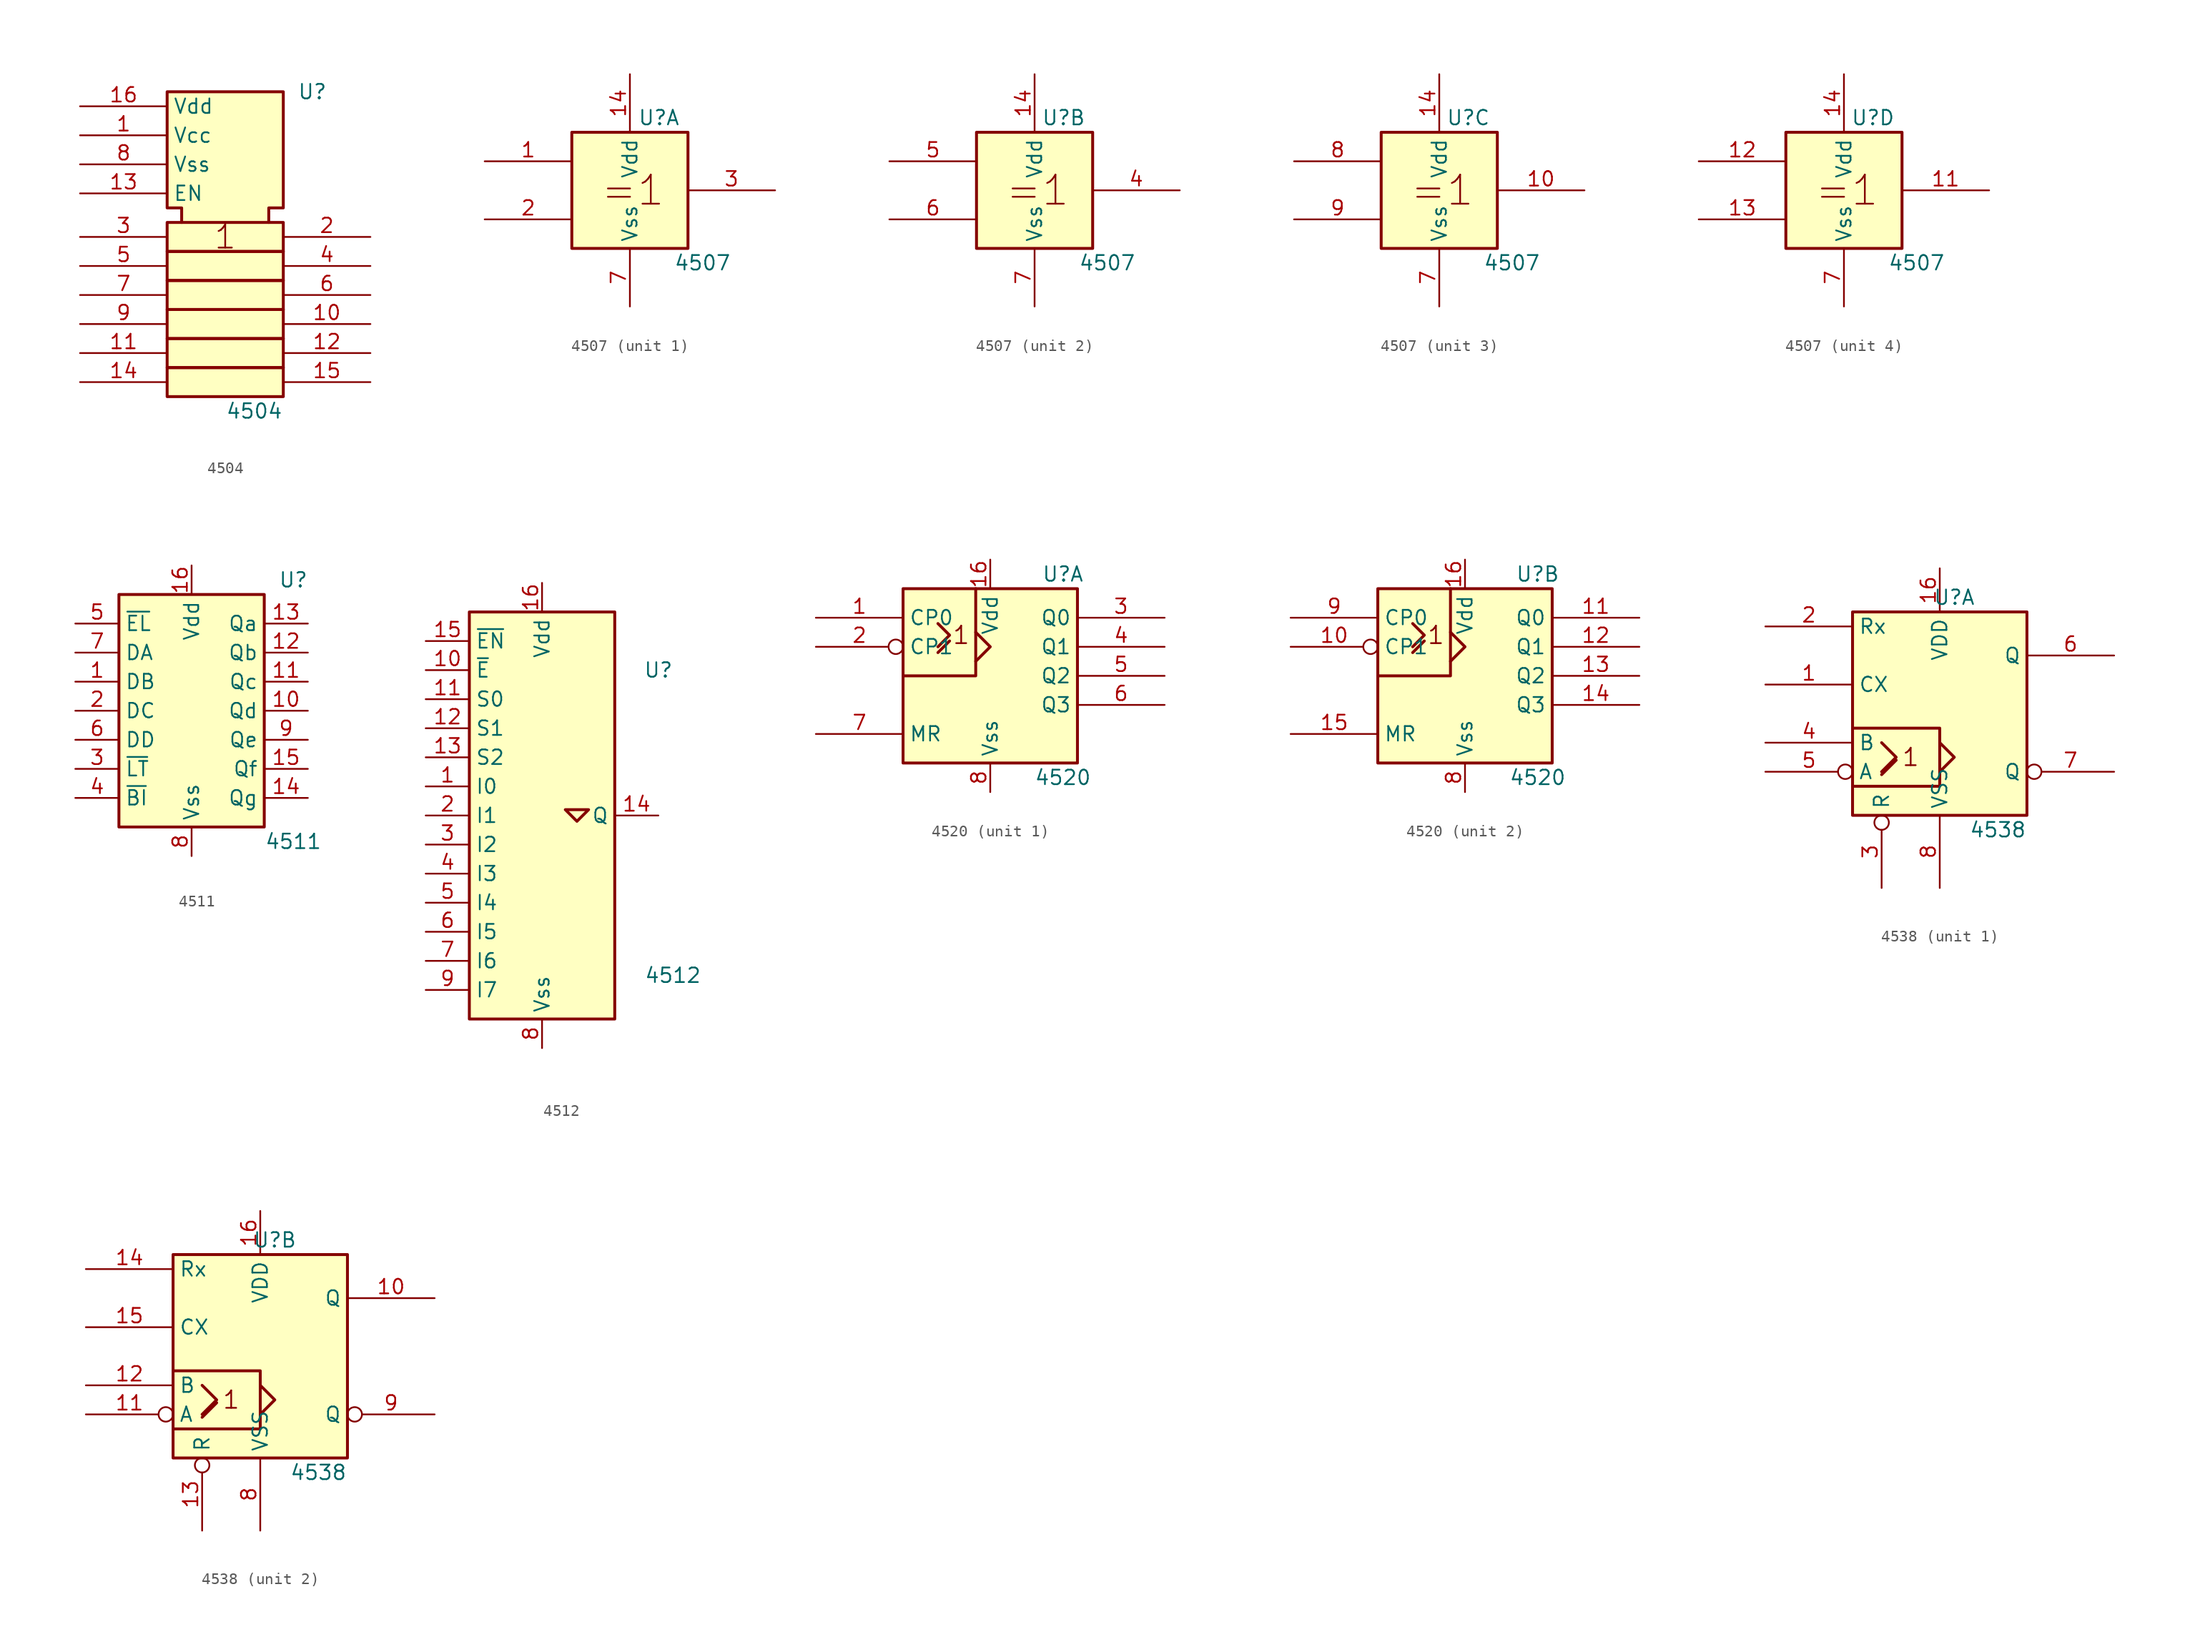
<source format=kicad_sym>
(kicad_symbol_lib
  (version 20220914)
  (generator kicad_symbol_editor)
  (symbol "4504"
    (property "Reference" "U"
      (at 7.62 12.7 0)
      (effects (font (size 1.27 1.27))))
    (property "Value" "4504"
      (at 2.54 -15.24 0)
      (effects (font (size 1.27 1.27))))
    (symbol "4504_0_0"
      (rectangle (start -5.08 -11.43) (end 5.08 -13.97) (stroke (width 0.254) (type default)) (fill (type background)))
      (rectangle (start -5.08 -8.89) (end 5.08 -11.43) (stroke (width 0.254) (type default)) (fill (type background)))
      (rectangle (start -5.08 -6.35) (end 5.08 -8.89) (stroke (width 0.254) (type default)) (fill (type background)))
      (rectangle (start -5.08 -3.81) (end 5.08 -6.35) (stroke (width 0.254) (type default)) (fill (type background)))
      (rectangle (start -5.08 -1.27) (end 5.08 -3.81) (stroke (width 0.254) (type default)) (fill (type background)))
      (rectangle (start -5.08 1.27) (end 5.08 -1.27) (stroke (width 0.254) (type default)) (fill (type background)))
      (polyline (pts (xy -3.81 1.27) (xy -3.81 2.54) (xy -5.08 2.54) (xy -5.08 12.7) (xy 5.08 12.7) (xy 5.08 2.54) (xy 3.81 2.54) (xy 3.81 1.27) (xy 3.81 1.27)) (stroke (width 0.254) (type default)) (fill (type background)))
      (text "1" (at 0 0 0) (effects (font (size 2.032 2.032)))))
    (symbol "4504_1_1"
      (pin power_in line (at -12.7 8.89 0) (length 7.62) (name "Vcc" (effects (font (size 1.27 1.27)))) (number "1" (effects (font (size 1.27 1.27)))))
      (pin output line (at 12.7 -7.62 180) (length 7.62) (name "~" (effects (font (size 1.27 1.27)))) (number "10" (effects (font (size 1.27 1.27)))))
      (pin input line (at -12.7 -10.16 0) (length 7.62) (name "~" (effects (font (size 1.27 1.27)))) (number "11" (effects (font (size 1.27 1.27)))))
      (pin output line (at 12.7 -10.16 180) (length 7.62) (name "~" (effects (font (size 1.27 1.27)))) (number "12" (effects (font (size 1.27 1.27)))))
      (pin input line (at -12.7 3.81 0) (length 7.62) (name "EN" (effects (font (size 1.27 1.27)))) (number "13" (effects (font (size 1.27 1.27)))))
      (pin input line (at -12.7 -12.7 0) (length 7.62) (name "~" (effects (font (size 1.27 1.27)))) (number "14" (effects (font (size 1.27 1.27)))))
      (pin output line (at 12.7 -12.7 180) (length 7.62) (name "~" (effects (font (size 1.27 1.27)))) (number "15" (effects (font (size 1.27 1.27)))))
      (pin power_in line (at -12.7 11.43 0) (length 7.62) (name "Vdd" (effects (font (size 1.27 1.27)))) (number "16" (effects (font (size 1.27 1.27)))))
      (pin output line (at 12.7 0 180) (length 7.62) (name "~" (effects (font (size 1.27 1.27)))) (number "2" (effects (font (size 1.27 1.27)))))
      (pin input line (at -12.7 0 0) (length 7.62) (name "~" (effects (font (size 1.27 1.27)))) (number "3" (effects (font (size 1.27 1.27)))))
      (pin output line (at 12.7 -2.54 180) (length 7.62) (name "~" (effects (font (size 1.27 1.27)))) (number "4" (effects (font (size 1.27 1.27)))))
      (pin input line (at -12.7 -2.54 0) (length 7.62) (name "~" (effects (font (size 1.27 1.27)))) (number "5" (effects (font (size 1.27 1.27)))))
      (pin output line (at 12.7 -5.08 180) (length 7.62) (name "~" (effects (font (size 1.27 1.27)))) (number "6" (effects (font (size 1.27 1.27)))))
      (pin input line (at -12.7 -5.08 0) (length 7.62) (name "~" (effects (font (size 1.27 1.27)))) (number "7" (effects (font (size 1.27 1.27)))))
      (pin power_in line (at -12.7 6.35 0) (length 7.62) (name "Vss" (effects (font (size 1.27 1.27)))) (number "8" (effects (font (size 1.27 1.27)))))
      (pin input line (at -12.7 -7.62 0) (length 7.62) (name "~" (effects (font (size 1.27 1.27)))) (number "9" (effects (font (size 1.27 1.27)))))))
  (symbol "4507"
    (property "Reference" "U"
      (at 2.54 6.35 0)
      (effects (font (size 1.27 1.27))))
    (property "Value" "4507"
      (at 6.35 -6.35 0)
      (effects (font (size 1.27 1.27))))
    (symbol "4507_0_0"
      (rectangle (start -5.08 5.08) (end 5.08 -5.08) (stroke (width 0.254) (type default)) (fill (type background)))
      (text "=1" (at 0.254 0 0) (effects (font (size 2.54 2.54))))
      (pin power_in line (at 0 10.16 270) (length 5.08) (name "Vdd" (effects (font (size 1.27 1.27)))) (number "14" (effects (font (size 1.27 1.27)))))
      (pin power_in line (at 0 -10.16 90) (length 5.08) (name "Vss" (effects (font (size 1.27 1.27)))) (number "7" (effects (font (size 1.27 1.27))))))
    (symbol "4507_1_1"
      (pin input line (at -12.7 2.54 0) (length 7.62) (name "~" (effects (font (size 1.27 1.27)))) (number "1" (effects (font (size 1.27 1.27)))))
      (pin input line (at -12.7 -2.54 0) (length 7.62) (name "~" (effects (font (size 1.27 1.27)))) (number "2" (effects (font (size 1.27 1.27)))))
      (pin output line (at 12.7 0 180) (length 7.62) (name "~" (effects (font (size 1.27 1.27)))) (number "3" (effects (font (size 1.27 1.27))))))
    (symbol "4507_2_1"
      (pin output line (at 12.7 0 180) (length 7.62) (name "~" (effects (font (size 1.27 1.27)))) (number "4" (effects (font (size 1.27 1.27)))))
      (pin input line (at -12.7 2.54 0) (length 7.62) (name "~" (effects (font (size 1.27 1.27)))) (number "5" (effects (font (size 1.27 1.27)))))
      (pin input line (at -12.7 -2.54 0) (length 7.62) (name "~" (effects (font (size 1.27 1.27)))) (number "6" (effects (font (size 1.27 1.27))))))
    (symbol "4507_3_1"
      (pin output line (at 12.7 0 180) (length 7.62) (name "~" (effects (font (size 1.27 1.27)))) (number "10" (effects (font (size 1.27 1.27)))))
      (pin input line (at -12.7 2.54 0) (length 7.62) (name "~" (effects (font (size 1.27 1.27)))) (number "8" (effects (font (size 1.27 1.27)))))
      (pin input line (at -12.7 -2.54 0) (length 7.62) (name "~" (effects (font (size 1.27 1.27)))) (number "9" (effects (font (size 1.27 1.27))))))
    (symbol "4507_4_1"
      (pin output line (at 12.7 0 180) (length 7.62) (name "~" (effects (font (size 1.27 1.27)))) (number "11" (effects (font (size 1.27 1.27)))))
      (pin input line (at -12.7 2.54 0) (length 7.62) (name "~" (effects (font (size 1.27 1.27)))) (number "12" (effects (font (size 1.27 1.27)))))
      (pin input line (at -12.7 -2.54 0) (length 7.62) (name "~" (effects (font (size 1.27 1.27)))) (number "13" (effects (font (size 1.27 1.27)))))))
  (symbol "4511"
    (property "Reference" "U"
      (at 8.89 11.43 0)
      (effects (font (size 1.27 1.27))))
    (property "Value" "4511"
      (at 8.89 -11.43 0)
      (effects (font (size 1.27 1.27))))
    (symbol "4511_0_1"
      (rectangle (start -6.35 10.16) (end 6.35 -10.16) (stroke (width 0.254) (type default)) (fill (type background))))
    (symbol "4511_1_1"
      (pin input line (at -10.16 2.54 0) (length 3.81) (name "DB" (effects (font (size 1.27 1.27)))) (number "1" (effects (font (size 1.27 1.27)))))
      (pin output line (at 10.16 0 180) (length 3.81) (name "Qd" (effects (font (size 1.27 1.27)))) (number "10" (effects (font (size 1.27 1.27)))))
      (pin output line (at 10.16 2.54 180) (length 3.81) (name "Qc" (effects (font (size 1.27 1.27)))) (number "11" (effects (font (size 1.27 1.27)))))
      (pin output line (at 10.16 5.08 180) (length 3.81) (name "Qb" (effects (font (size 1.27 1.27)))) (number "12" (effects (font (size 1.27 1.27)))))
      (pin output line (at 10.16 7.62 180) (length 3.81) (name "Qa" (effects (font (size 1.27 1.27)))) (number "13" (effects (font (size 1.27 1.27)))))
      (pin output line (at 10.16 -7.62 180) (length 3.81) (name "Qg" (effects (font (size 1.27 1.27)))) (number "14" (effects (font (size 1.27 1.27)))))
      (pin output line (at 10.16 -5.08 180) (length 3.81) (name "Qf" (effects (font (size 1.27 1.27)))) (number "15" (effects (font (size 1.27 1.27)))))
      (pin power_in line (at 0 12.7 270) (length 2.54) (name "Vdd" (effects (font (size 1.27 1.27)))) (number "16" (effects (font (size 1.27 1.27)))))
      (pin input line (at -10.16 0 0) (length 3.81) (name "DC" (effects (font (size 1.27 1.27)))) (number "2" (effects (font (size 1.27 1.27)))))
      (pin input line (at -10.16 -5.08 0) (length 3.81) (name "~{LT}" (effects (font (size 1.27 1.27)))) (number "3" (effects (font (size 1.27 1.27)))))
      (pin input line (at -10.16 -7.62 0) (length 3.81) (name "~{BI}" (effects (font (size 1.27 1.27)))) (number "4" (effects (font (size 1.27 1.27)))))
      (pin input line (at -10.16 7.62 0) (length 3.81) (name "~{EL}" (effects (font (size 1.27 1.27)))) (number "5" (effects (font (size 1.27 1.27)))))
      (pin input line (at -10.16 -2.54 0) (length 3.81) (name "DD" (effects (font (size 1.27 1.27)))) (number "6" (effects (font (size 1.27 1.27)))))
      (pin input line (at -10.16 5.08 0) (length 3.81) (name "DA" (effects (font (size 1.27 1.27)))) (number "7" (effects (font (size 1.27 1.27)))))
      (pin power_in line (at 0 -12.7 90) (length 2.54) (name "Vss" (effects (font (size 1.27 1.27)))) (number "8" (effects (font (size 1.27 1.27)))))
      (pin output line (at 10.16 -2.54 180) (length 3.81) (name "Qe" (effects (font (size 1.27 1.27)))) (number "9" (effects (font (size 1.27 1.27)))))))
  (symbol "4512"
    (property "Reference" "U"
      (at 10.16 12.7 0)
      (effects (font (size 1.27 1.27))))
    (property "Value" "4512"
      (at 11.43 -13.97 0)
      (effects (font (size 1.27 1.27))))
    (symbol "4512_0_1"
      (rectangle (start -6.35 17.78) (end 6.35 -17.78) (stroke (width 0.254) (type default)) (fill (type background)))
      (polyline (pts (xy 2.032 0.508) (xy 3.048 -0.508) (xy 4.064 0.508) (xy 2.032 0.508) (xy 2.032 0.508)) (stroke (width 0.254) (type default)) (fill (type background))))
    (symbol "4512_1_1"
      (pin input line (at -10.16 2.54 0) (length 3.81) (name "I0" (effects (font (size 1.27 1.27)))) (number "1" (effects (font (size 1.27 1.27)))))
      (pin input line (at -10.16 12.7 0) (length 3.81) (name "~{E}" (effects (font (size 1.27 1.27)))) (number "10" (effects (font (size 1.27 1.27)))))
      (pin input line (at -10.16 10.16 0) (length 3.81) (name "S0" (effects (font (size 1.27 1.27)))) (number "11" (effects (font (size 1.27 1.27)))))
      (pin input line (at -10.16 7.62 0) (length 3.81) (name "S1" (effects (font (size 1.27 1.27)))) (number "12" (effects (font (size 1.27 1.27)))))
      (pin input line (at -10.16 5.08 0) (length 3.81) (name "S2" (effects (font (size 1.27 1.27)))) (number "13" (effects (font (size 1.27 1.27)))))
      (pin output line (at 10.16 0 180) (length 3.81) (name "Q" (effects (font (size 1.27 1.27)))) (number "14" (effects (font (size 1.27 1.27)))))
      (pin input line (at -10.16 15.24 0) (length 3.81) (name "~{EN}" (effects (font (size 1.27 1.27)))) (number "15" (effects (font (size 1.27 1.27)))))
      (pin power_in line (at 0 20.32 270) (length 2.54) (name "Vdd" (effects (font (size 1.27 1.27)))) (number "16" (effects (font (size 1.27 1.27)))))
      (pin input line (at -10.16 0 0) (length 3.81) (name "I1" (effects (font (size 1.27 1.27)))) (number "2" (effects (font (size 1.27 1.27)))))
      (pin input line (at -10.16 -2.54 0) (length 3.81) (name "I2" (effects (font (size 1.27 1.27)))) (number "3" (effects (font (size 1.27 1.27)))))
      (pin input line (at -10.16 -5.08 0) (length 3.81) (name "I3" (effects (font (size 1.27 1.27)))) (number "4" (effects (font (size 1.27 1.27)))))
      (pin input line (at -10.16 -7.62 0) (length 3.81) (name "I4" (effects (font (size 1.27 1.27)))) (number "5" (effects (font (size 1.27 1.27)))))
      (pin input line (at -10.16 -10.16 0) (length 3.81) (name "I5" (effects (font (size 1.27 1.27)))) (number "6" (effects (font (size 1.27 1.27)))))
      (pin input line (at -10.16 -12.7 0) (length 3.81) (name "I6" (effects (font (size 1.27 1.27)))) (number "7" (effects (font (size 1.27 1.27)))))
      (pin power_in line (at 0 -20.32 90) (length 2.54) (name "Vss" (effects (font (size 1.27 1.27)))) (number "8" (effects (font (size 1.27 1.27)))))
      (pin input line (at -10.16 -15.24 0) (length 3.81) (name "I7" (effects (font (size 1.27 1.27)))) (number "9" (effects (font (size 1.27 1.27)))))))
  (symbol "4520"
    (property "Reference" "U"
      (at 6.35 8.89 0)
      (effects (font (size 1.27 1.27))))
    (property "Value" "4520"
      (at 6.35 -8.89 0)
      (effects (font (size 1.27 1.27))))
    (symbol "4520_0_0"
      (text "1" (at -2.54 3.556 0) (effects (font (size 1.524 1.524)))))
    (symbol "4520_0_1"
      (rectangle (start -7.62 7.62) (end 7.62 -7.62) (stroke (width 0.254) (type default)) (fill (type background)))
      (polyline (pts (xy -4.572 2.032) (xy -3.556 3.048) (xy -3.556 3.048)) (stroke (width 0.254) (type default)) (fill (type background)))
      (polyline (pts (xy -4.572 4.572) (xy -3.556 3.556) (xy -4.572 2.54) (xy -4.572 2.54)) (stroke (width 0.254) (type default)) (fill (type background)))
      (polyline (pts (xy -1.27 3.81) (xy 0 2.54) (xy -1.27 1.27) (xy -1.27 1.27)) (stroke (width 0.254) (type default)) (fill (type background)))
      (polyline (pts (xy -1.27 7.62) (xy -1.27 0) (xy -7.62 0) (xy -6.35 0)) (stroke (width 0.254) (type default)) (fill (type background)))
      (pin power_in line (at 0 10.16 270) (length 2.54) (name "Vdd" (effects (font (size 1.27 1.27)))) (number "16" (effects (font (size 1.27 1.27)))))
      (pin power_in line (at 0 -10.16 90) (length 2.54) (name "Vss" (effects (font (size 1.27 1.27)))) (number "8" (effects (font (size 1.27 1.27))))))
    (symbol "4520_1_1"
      (pin input line (at -15.24 5.08 0) (length 7.62) (name "CP0" (effects (font (size 1.27 1.27)))) (number "1" (effects (font (size 1.27 1.27)))))
      (pin input inverted (at -15.24 2.54 0) (length 7.62) (name "CP1" (effects (font (size 1.27 1.27)))) (number "2" (effects (font (size 1.27 1.27)))))
      (pin output line (at 15.24 5.08 180) (length 7.62) (name "Q0" (effects (font (size 1.27 1.27)))) (number "3" (effects (font (size 1.27 1.27)))))
      (pin output line (at 15.24 2.54 180) (length 7.62) (name "Q1" (effects (font (size 1.27 1.27)))) (number "4" (effects (font (size 1.27 1.27)))))
      (pin output line (at 15.24 0 180) (length 7.62) (name "Q2" (effects (font (size 1.27 1.27)))) (number "5" (effects (font (size 1.27 1.27)))))
      (pin output line (at 15.24 -2.54 180) (length 7.62) (name "Q3" (effects (font (size 1.27 1.27)))) (number "6" (effects (font (size 1.27 1.27)))))
      (pin input line (at -15.24 -5.08 0) (length 7.62) (name "MR" (effects (font (size 1.27 1.27)))) (number "7" (effects (font (size 1.27 1.27))))))
    (symbol "4520_2_1"
      (pin input inverted (at -15.24 2.54 0) (length 7.62) (name "CP1" (effects (font (size 1.27 1.27)))) (number "10" (effects (font (size 1.27 1.27)))))
      (pin output line (at 15.24 5.08 180) (length 7.62) (name "Q0" (effects (font (size 1.27 1.27)))) (number "11" (effects (font (size 1.27 1.27)))))
      (pin output line (at 15.24 2.54 180) (length 7.62) (name "Q1" (effects (font (size 1.27 1.27)))) (number "12" (effects (font (size 1.27 1.27)))))
      (pin output line (at 15.24 0 180) (length 7.62) (name "Q2" (effects (font (size 1.27 1.27)))) (number "13" (effects (font (size 1.27 1.27)))))
      (pin output line (at 15.24 -2.54 180) (length 7.62) (name "Q3" (effects (font (size 1.27 1.27)))) (number "14" (effects (font (size 1.27 1.27)))))
      (pin input line (at -15.24 -5.08 0) (length 7.62) (name "MR" (effects (font (size 1.27 1.27)))) (number "15" (effects (font (size 1.27 1.27)))))
      (pin input line (at -15.24 5.08 0) (length 7.62) (name "CP0" (effects (font (size 1.27 1.27)))) (number "9" (effects (font (size 1.27 1.27)))))))
  (symbol "4538"
    (property "Reference" "U"
      (at 1.27 10.16 0)
      (effects (font (size 1.27 1.27))))
    (property "Value" "4538"
      (at 5.08 -10.16 0)
      (effects (font (size 1.27 1.27))))
    (symbol "4538_0_0"
      (polyline (pts (xy -5.08 -5.334) (xy -3.81 -4.064) (xy -3.81 -4.064)) (stroke (width 0.254) (type default)) (fill (type background)))
      (polyline (pts (xy -5.08 -2.54) (xy -3.81 -3.81) (xy -5.08 -5.08) (xy -5.08 -5.08)) (stroke (width 0.254) (type default)) (fill (type background)))
      (polyline (pts (xy 0 -2.54) (xy 1.27 -3.81) (xy 0 -5.08) (xy 0 -5.08)) (stroke (width 0.254) (type default)) (fill (type background)))
      (polyline (pts (xy -7.62 -1.27) (xy 0 -1.27) (xy 0 -6.35) (xy -7.62 -6.35) (xy -7.62 -6.35)) (stroke (width 0.254) (type default)) (fill (type background)))
      (text "1" (at -2.54 -3.81 0) (effects (font (size 1.524 1.524)))))
    (symbol "4538_0_1"
      (rectangle (start -7.62 8.89) (end 7.62 -8.89) (stroke (width 0.254) (type default)) (fill (type background))))
    (symbol "4538_1_1"
      (pin input line (at -15.24 2.54 0) (length 7.62) (name "CX" (effects (font (size 1.27 1.27)))) (number "1" (effects (font (size 1.27 1.27)))))
      (pin power_in line (at 0 12.7 270) (length 3.81) (name "VDD" (effects (font (size 1.27 1.27)))) (number "16" (effects (font (size 1.27 1.27)))))
      (pin input line (at -15.24 7.62 0) (length 7.62) (name "Rx" (effects (font (size 1.27 1.27)))) (number "2" (effects (font (size 1.27 1.27)))))
      (pin input inverted (at -5.08 -15.24 90) (length 6.35) (name "R" (effects (font (size 1.27 1.27)))) (number "3" (effects (font (size 1.27 1.27)))))
      (pin input line (at -15.24 -2.54 0) (length 7.62) (name "B" (effects (font (size 1.27 1.27)))) (number "4" (effects (font (size 1.27 1.27)))))
      (pin input inverted (at -15.24 -5.08 0) (length 7.62) (name "A" (effects (font (size 1.27 1.27)))) (number "5" (effects (font (size 1.27 1.27)))))
      (pin output line (at 15.24 5.08 180) (length 7.62) (name "Q" (effects (font (size 1.27 1.27)))) (number "6" (effects (font (size 1.27 1.27)))))
      (pin output inverted (at 15.24 -5.08 180) (length 7.62) (name "Q" (effects (font (size 1.27 1.27)))) (number "7" (effects (font (size 1.27 1.27)))))
      (pin power_in line (at 0 -15.24 90) (length 6.35) (name "VSS" (effects (font (size 1.27 1.27)))) (number "8" (effects (font (size 1.27 1.27))))))
    (symbol "4538_2_1"
      (pin output line (at 15.24 5.08 180) (length 7.62) (name "Q" (effects (font (size 1.27 1.27)))) (number "10" (effects (font (size 1.27 1.27)))))
      (pin input inverted (at -15.24 -5.08 0) (length 7.62) (name "A" (effects (font (size 1.27 1.27)))) (number "11" (effects (font (size 1.27 1.27)))))
      (pin input line (at -15.24 -2.54 0) (length 7.62) (name "B" (effects (font (size 1.27 1.27)))) (number "12" (effects (font (size 1.27 1.27)))))
      (pin input inverted (at -5.08 -15.24 90) (length 6.35) (name "R" (effects (font (size 1.27 1.27)))) (number "13" (effects (font (size 1.27 1.27)))))
      (pin input line (at -15.24 7.62 0) (length 7.62) (name "Rx" (effects (font (size 1.27 1.27)))) (number "14" (effects (font (size 1.27 1.27)))))
      (pin input line (at -15.24 2.54 0) (length 7.62) (name "CX" (effects (font (size 1.27 1.27)))) (number "15" (effects (font (size 1.27 1.27)))))
      (pin power_in line (at 0 12.7 270) (length 3.81) (name "VDD" (effects (font (size 1.27 1.27)))) (number "16" (effects (font (size 1.27 1.27)))))
      (pin power_in line (at 0 -15.24 90) (length 6.35) (name "VSS" (effects (font (size 1.27 1.27)))) (number "8" (effects (font (size 1.27 1.27)))))
      (pin output inverted (at 15.24 -5.08 180) (length 7.62) (name "Q" (effects (font (size 1.27 1.27)))) (number "9" (effects (font (size 1.27 1.27))))))))
</source>
